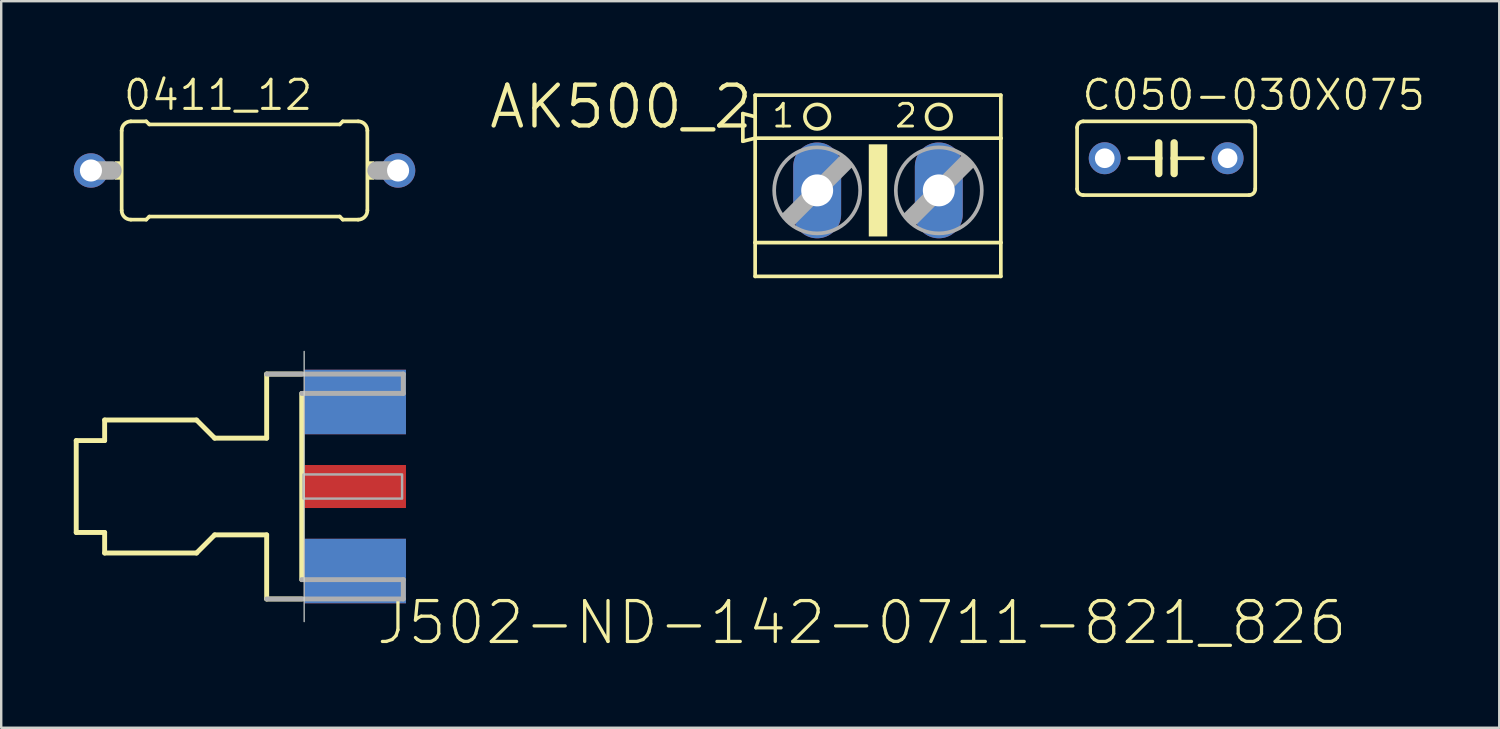
<source format=kicad_pcb>
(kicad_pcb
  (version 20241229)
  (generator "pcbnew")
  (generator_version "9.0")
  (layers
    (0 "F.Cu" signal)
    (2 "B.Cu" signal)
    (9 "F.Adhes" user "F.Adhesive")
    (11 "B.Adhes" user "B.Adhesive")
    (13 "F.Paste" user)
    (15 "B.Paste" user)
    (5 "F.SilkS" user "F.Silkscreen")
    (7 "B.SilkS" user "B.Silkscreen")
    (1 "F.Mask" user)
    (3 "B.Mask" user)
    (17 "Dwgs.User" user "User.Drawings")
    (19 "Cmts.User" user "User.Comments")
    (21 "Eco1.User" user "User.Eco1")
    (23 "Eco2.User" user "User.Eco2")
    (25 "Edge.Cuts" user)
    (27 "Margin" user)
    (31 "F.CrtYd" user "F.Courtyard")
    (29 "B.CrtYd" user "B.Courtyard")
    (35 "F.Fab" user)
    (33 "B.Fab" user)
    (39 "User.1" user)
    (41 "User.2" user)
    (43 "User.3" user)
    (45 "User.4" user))
  (footprint "0411_12"
    (layer "F.Cu")
    (at 7.061 4)
    (property "Reference" "0411_12" (at -5.08 -2.413 0) (layer "F.SilkS") (effects (font (size 1.206 1.206) (thickness 0.127)) (justify left bottom)))
    (attr through_hole)
    (fp_line (start -5.08 -1.651) (end -5.08 1.651) (stroke (width 0.152) (type solid)) (layer "F.SilkS"))
    (fp_line (start -4.699 -2.032) (end -4.064 -2.032) (stroke (width 0.152) (type solid)) (layer "F.SilkS"))
    (fp_line (start -4.699 2.032) (end -4.064 2.032) (stroke (width 0.152) (type solid)) (layer "F.SilkS"))
    (fp_line (start -3.937 -1.905) (end -4.064 -2.032) (stroke (width 0.152) (type solid)) (layer "F.SilkS"))
    (fp_line (start -3.937 -1.905) (end 3.937 -1.905) (stroke (width 0.152) (type solid)) (layer "F.SilkS"))
    (fp_line (start -3.937 1.905) (end -4.064 2.032) (stroke (width 0.152) (type solid)) (layer "F.SilkS"))
    (fp_line (start -3.937 1.905) (end 3.937 1.905) (stroke (width 0.152) (type solid)) (layer "F.SilkS"))
    (fp_line (start 3.937 -1.905) (end 4.064 -2.032) (stroke (width 0.152) (type solid)) (layer "F.SilkS"))
    (fp_line (start 3.937 1.905) (end 4.064 2.032) (stroke (width 0.152) (type solid)) (layer "F.SilkS"))
    (fp_line (start 4.699 -2.032) (end 4.064 -2.032) (stroke (width 0.152) (type solid)) (layer "F.SilkS"))
    (fp_line (start 4.699 2.032) (end 4.064 2.032) (stroke (width 0.152) (type solid)) (layer "F.SilkS"))
    (fp_line (start 5.08 1.651) (end 5.08 -1.651) (stroke (width 0.152) (type solid)) (layer "F.SilkS"))
    (fp_arc (start -5.08 -1.651) (mid -4.968408 -1.920408) (end -4.699 -2.032) (stroke (width 0.1524) (type solid)) (layer "F.SilkS"))
    (fp_arc (start -4.699 2.032) (mid -4.968408 1.920408) (end -5.08 1.651) (stroke (width 0.1524) (type solid)) (layer "F.SilkS"))
    (fp_arc (start 4.699 -2.032) (mid 4.968408 -1.920408) (end 5.08 -1.651) (stroke (width 0.1524) (type solid)) (layer "F.SilkS"))
    (fp_arc (start 5.08 1.651) (mid 4.968408 1.920408) (end 4.699 2.032) (stroke (width 0.1524) (type solid)) (layer "F.SilkS"))
    (fp_poly (pts (xy -5.359 0.381) (xy -5.08 0.381) (xy -5.08 -0.381) (xy -5.359 -0.381)) (stroke (width 0) (type solid)) (fill yes) (layer "F.SilkS"))
    (fp_poly (pts (xy 5.08 0.381) (xy 5.359 0.381) (xy 5.359 -0.381) (xy 5.08 -0.381)) (stroke (width 0) (type solid)) (fill yes) (layer "F.SilkS"))
    (fp_line (start -6.35 0) (end -5.461 0) (stroke (width 0.762) (type solid)) (layer "F.Fab"))
    (fp_line (start 6.35 0) (end 5.461 0) (stroke (width 0.762) (type solid)) (layer "F.Fab"))
    (pad "1" thru_hole circle (at -6.35 0) (size 1.422 1.422) (drill 0.914) (layers "*.Cu" "*.Mask"))
    (pad "2" thru_hole circle (at 6.35 0) (size 1.422 1.422) (drill 0.914) (layers "*.Cu" "*.Mask")))
  (footprint "J502-ND-142-0711-821_826"
    (layer "F.Cu")
    (at 9.527 17.068)
    (property "Reference" "J502-ND-142-0711-821_826" (at 2.905 6.62 0) (layer "F.SilkS") (effects (font (size 1.689 1.689) (thickness 0.135)) (justify left bottom)))
    (attr through_hole)
    (fp_line (start -9.425 -1.9) (end -8.25 -1.9) (stroke (width 0.203) (type solid)) (layer "F.SilkS"))
    (fp_line (start -9.425 1.9) (end -9.425 -1.9) (stroke (width 0.203) (type solid)) (layer "F.SilkS"))
    (fp_line (start -8.25 -2.75) (end -4.45 -2.75) (stroke (width 0.203) (type solid)) (layer "F.SilkS"))
    (fp_line (start -8.25 -1.9) (end -8.25 -2.75) (stroke (width 0.203) (type solid)) (layer "F.SilkS"))
    (fp_line (start -8.25 1.9) (end -9.425 1.9) (stroke (width 0.203) (type solid)) (layer "F.SilkS"))
    (fp_line (start -8.25 2.75) (end -8.25 1.9) (stroke (width 0.203) (type solid)) (layer "F.SilkS"))
    (fp_line (start -4.45 -2.75) (end -3.7 -2) (stroke (width 0.203) (type solid)) (layer "F.SilkS"))
    (fp_line (start -4.45 2.75) (end -8.25 2.75) (stroke (width 0.203) (type solid)) (layer "F.SilkS"))
    (fp_line (start -3.7 -2) (end -1.55 -2) (stroke (width 0.203) (type solid)) (layer "F.SilkS"))
    (fp_line (start -3.7 2) (end -4.45 2.75) (stroke (width 0.203) (type solid)) (layer "F.SilkS"))
    (fp_line (start -1.55 -4.65) (end -0.1 -4.65) (stroke (width 0.203) (type solid)) (layer "F.SilkS"))
    (fp_line (start -1.55 -2) (end -1.55 -4.65) (stroke (width 0.203) (type solid)) (layer "F.SilkS"))
    (fp_line (start -1.55 2) (end -3.7 2) (stroke (width 0.203) (type solid)) (layer "F.SilkS"))
    (fp_line (start -1.55 4.65) (end -1.55 2) (stroke (width 0.203) (type solid)) (layer "F.SilkS"))
    (fp_line (start -0.1 3.85) (end -0.1 -3.85) (stroke (width 0.203) (type solid)) (layer "F.SilkS"))
    (fp_line (start -0.1 4.65) (end -1.55 4.65) (stroke (width 0.203) (type solid)) (layer "F.SilkS"))
    (fp_line (start 0 -5.588) (end 0 5.588) (stroke (width 0.05) (type solid)) (layer "Edge.Cuts"))
    (fp_line (start -1.55 -4.65) (end 4.1 -4.65) (stroke (width 0.203) (type solid)) (layer "F.Fab"))
    (fp_line (start -0.1 -3.85) (end 4.1 -3.85) (stroke (width 0.203) (type solid)) (layer "F.Fab"))
    (fp_line (start 4.1 -3.85) (end 4.1 -4.65) (stroke (width 0.203) (type solid)) (layer "F.Fab"))
    (fp_line (start 4.1 3.85) (end -0.1 3.85) (stroke (width 0.203) (type solid)) (layer "F.Fab"))
    (fp_line (start 4.1 4.65) (end -1.55 4.65) (stroke (width 0.203) (type solid)) (layer "F.Fab"))
    (fp_line (start 4.1 4.65) (end 4.1 3.85) (stroke (width 0.203) (type solid)) (layer "F.Fab"))
    (fp_poly (pts (xy -0.025 0.5) (xy 4.05 0.5) (xy 4.05 -0.5) (xy -0.025 -0.5)) (stroke (width 0.1) (type solid)) (fill no) (layer "F.Fab"))
    (pad "1" smd rect (at 2.115 0) (size 4.191 1.778) (layers "F.Cu" "F.Mask" "F.Paste"))
    (pad "G@1" smd rect (at 2.115 -3.495) (size 4.191 2.667) (layers "F.Cu" "F.Mask" "F.Paste"))
    (pad "G@2" smd rect (at 2.115 3.495) (size 4.191 2.667) (layers "F.Cu" "F.Mask" "F.Paste"))
    (pad "G@3" smd rect (at 2.115 -3.495) (size 4.191 2.667) (layers "B.Cu" "B.Mask" "B.Paste"))
    (pad "G@4" smd rect (at 2.115 3.495) (size 4.191 2.667) (layers "B.Cu" "B.Mask" "B.Paste")))
  (footprint "C050-030X075"
    (layer "F.Cu")
    (at 45.172 3.493)
    (property "Reference" "C050-030X075" (at -3.556 -1.905 0) (layer "F.SilkS") (effects (font (size 1.206 1.206) (thickness 0.127)) (justify left bottom)))
    (attr through_hole)
    (fp_line (start -3.683 -1.27) (end -3.683 1.27) (stroke (width 0.152) (type solid)) (layer "F.SilkS"))
    (fp_line (start -3.429 1.524) (end 3.429 1.524) (stroke (width 0.152) (type solid)) (layer "F.SilkS"))
    (fp_line (start -0.305 -0.635) (end -0.305 0) (stroke (width 0.305) (type solid)) (layer "F.SilkS"))
    (fp_line (start -0.305 0) (end -1.524 0) (stroke (width 0.152) (type solid)) (layer "F.SilkS"))
    (fp_line (start -0.305 0) (end -0.305 0.635) (stroke (width 0.305) (type solid)) (layer "F.SilkS"))
    (fp_line (start 0.33 -0.635) (end 0.33 0) (stroke (width 0.305) (type solid)) (layer "F.SilkS"))
    (fp_line (start 0.33 0) (end 0.33 0.635) (stroke (width 0.305) (type solid)) (layer "F.SilkS"))
    (fp_line (start 0.33 0) (end 1.524 0) (stroke (width 0.152) (type solid)) (layer "F.SilkS"))
    (fp_line (start 3.429 -1.524) (end -3.429 -1.524) (stroke (width 0.152) (type solid)) (layer "F.SilkS"))
    (fp_line (start 3.683 1.27) (end 3.683 -1.27) (stroke (width 0.152) (type solid)) (layer "F.SilkS"))
    (fp_arc (start -3.683 -1.27) (mid -3.608605 -1.449605) (end -3.429 -1.524) (stroke (width 0.1524) (type solid)) (layer "F.SilkS"))
    (fp_arc (start -3.429 1.524) (mid -3.608605 1.449605) (end -3.683 1.27) (stroke (width 0.1524) (type solid)) (layer "F.SilkS"))
    (fp_arc (start 3.429 -1.524) (mid 3.608605 -1.449605) (end 3.683 -1.27) (stroke (width 0.1524) (type solid)) (layer "F.SilkS"))
    (fp_arc (start 3.683 1.27) (mid 3.608605 1.449605) (end 3.429 1.524) (stroke (width 0.1524) (type solid)) (layer "F.SilkS"))
    (pad "1" thru_hole circle (at -2.54 0) (size 1.321 1.321) (drill 0.813) (layers "*.Cu" "*.Mask"))
    (pad "2" thru_hole circle (at 2.54 0) (size 1.321 1.321) (drill 0.813) (layers "*.Cu" "*.Mask")))
  (footprint "AK500_2"
    (layer "F.Cu")
    (at 33.256 4.823)
    (property "Reference" "AK500_2" (at -5.08 -4.445 0) (layer "F.SilkS") (effects (font (size 1.689 1.689) (thickness 0.178)) (justify right top)))
    (attr through_hole)
    (fp_line (start -5.588 -3.175) (end -5.588 -2.032) (stroke (width 0.152) (type solid)) (layer "F.SilkS"))
    (fp_line (start -5.588 -2.032) (end -5.08 -2.159) (stroke (width 0.152) (type solid)) (layer "F.SilkS"))
    (fp_line (start -5.08 -3.048) (end -5.588 -3.175) (stroke (width 0.152) (type solid)) (layer "F.SilkS"))
    (fp_line (start -5.08 -3.048) (end -5.08 -3.937) (stroke (width 0.152) (type solid)) (layer "F.SilkS"))
    (fp_line (start -5.08 -2.159) (end -5.08 -3.048) (stroke (width 0.152) (type solid)) (layer "F.SilkS"))
    (fp_line (start -5.08 -2.159) (end 5.08 -2.159) (stroke (width 0.152) (type solid)) (layer "F.SilkS"))
    (fp_line (start -5.08 2.159) (end -5.08 -2.159) (stroke (width 0.152) (type solid)) (layer "F.SilkS"))
    (fp_line (start -5.08 2.159) (end 5.08 2.159) (stroke (width 0.152) (type solid)) (layer "F.SilkS"))
    (fp_line (start -5.08 3.556) (end -5.08 2.159) (stroke (width 0.152) (type solid)) (layer "F.SilkS"))
    (fp_line (start -5.08 3.556) (end 5.08 3.556) (stroke (width 0.152) (type solid)) (layer "F.SilkS"))
    (fp_line (start 5.08 -3.937) (end -5.08 -3.937) (stroke (width 0.152) (type solid)) (layer "F.SilkS"))
    (fp_line (start 5.08 -3.937) (end 5.08 -2.159) (stroke (width 0.152) (type solid)) (layer "F.SilkS"))
    (fp_line (start 5.08 -2.159) (end 5.08 2.159) (stroke (width 0.152) (type solid)) (layer "F.SilkS"))
    (fp_line (start 5.08 2.159) (end 5.08 3.556) (stroke (width 0.152) (type solid)) (layer "F.SilkS"))
    (fp_circle (center -2.515 -3.048) (end -2.007 -3.048) (stroke (width 0.152) (type solid)) (fill no) (layer "F.SilkS"))
    (fp_circle (center 2.515 -3.048) (end 3.023 -3.048) (stroke (width 0.152) (type solid)) (fill no) (layer "F.SilkS"))
    (fp_poly (pts (xy -0.381 1.905) (xy 0.381 1.905) (xy 0.381 -1.905) (xy -0.381 -1.905)) (stroke (width 0) (type solid)) (fill yes) (layer "F.SilkS"))
    (fp_line (start -3.912 1.016) (end -3.531 1.397) (stroke (width 0.152) (type solid)) (layer "F.Fab"))
    (fp_line (start -3.912 1.016) (end -1.499 -1.397) (stroke (width 0.152) (type solid)) (layer "F.Fab"))
    (fp_line (start -3.531 1.016) (end -1.499 -1.016) (stroke (width 0.61) (type solid)) (layer "F.Fab"))
    (fp_line (start -3.531 1.397) (end -1.118 -1.016) (stroke (width 0.152) (type solid)) (layer "F.Fab"))
    (fp_line (start -1.499 -1.397) (end -1.118 -1.016) (stroke (width 0.152) (type solid)) (layer "F.Fab"))
    (fp_line (start 1.118 1.016) (end 1.499 1.397) (stroke (width 0.152) (type solid)) (layer "F.Fab"))
    (fp_line (start 1.118 1.016) (end 3.531 -1.397) (stroke (width 0.152) (type solid)) (layer "F.Fab"))
    (fp_line (start 1.499 1.016) (end 3.531 -1.016) (stroke (width 0.61) (type solid)) (layer "F.Fab"))
    (fp_line (start 1.499 1.397) (end 3.912 -1.016) (stroke (width 0.152) (type solid)) (layer "F.Fab"))
    (fp_line (start 3.531 -1.397) (end 3.912 -1.016) (stroke (width 0.152) (type solid)) (layer "F.Fab"))
    (fp_circle (center -2.515 0) (end -0.737 0) (stroke (width 0.152) (type solid)) (fill no) (layer "F.Fab"))
    (fp_circle (center 2.515 0) (end 4.293 0) (stroke (width 0.152) (type solid)) (fill no) (layer "F.Fab"))
    (fp_text user "2" (at 0.635 -2.54 0) (layer "F.SilkS") (effects (font (size 0.941 0.941) (thickness 0.119)) (justify left bottom)))
    (fp_text user "1" (at -4.445 -2.54 0) (layer "F.SilkS") (effects (font (size 0.941 0.941) (thickness 0.119)) (justify left bottom)))
    (pad "1" thru_hole oval (at -2.515 0 90) (size 3.962 1.981) (drill 1.321) (layers "*.Cu" "*.Mask"))
    (pad "2" thru_hole oval (at 2.515 0 90) (size 3.962 1.981) (drill 1.321) (layers "*.Cu" "*.Mask")))
  (gr_rect
    (start -3 -3)
    (end 58.946 27.044)
    (stroke (width 0.1) (type default))
    (fill no)
    (layer "Edge.Cuts")))
</source>
